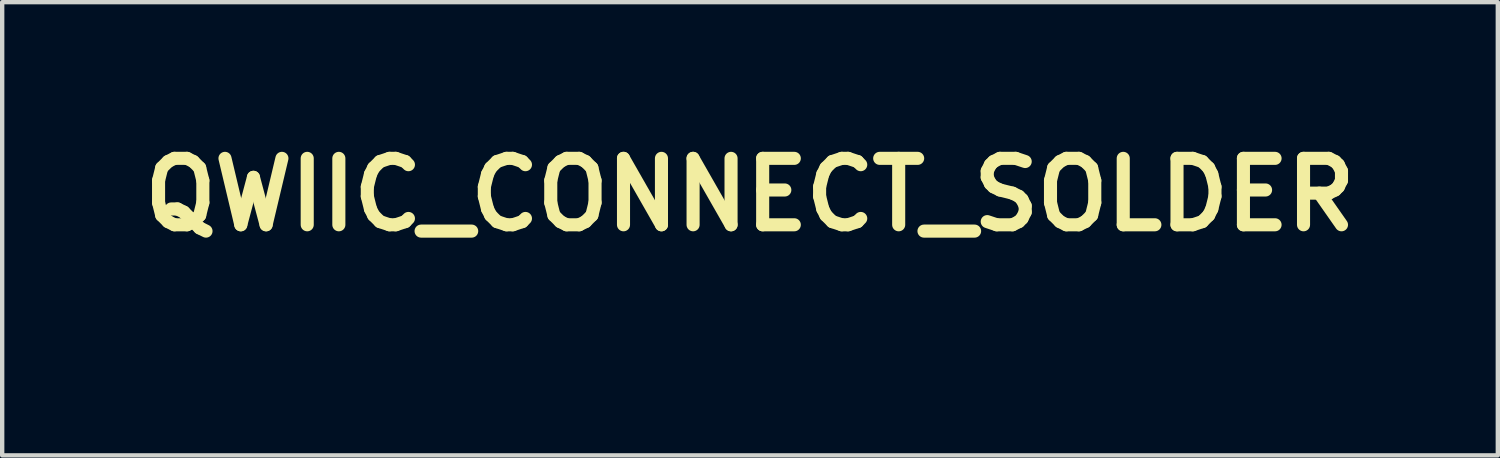
<source format=kicad_pcb>
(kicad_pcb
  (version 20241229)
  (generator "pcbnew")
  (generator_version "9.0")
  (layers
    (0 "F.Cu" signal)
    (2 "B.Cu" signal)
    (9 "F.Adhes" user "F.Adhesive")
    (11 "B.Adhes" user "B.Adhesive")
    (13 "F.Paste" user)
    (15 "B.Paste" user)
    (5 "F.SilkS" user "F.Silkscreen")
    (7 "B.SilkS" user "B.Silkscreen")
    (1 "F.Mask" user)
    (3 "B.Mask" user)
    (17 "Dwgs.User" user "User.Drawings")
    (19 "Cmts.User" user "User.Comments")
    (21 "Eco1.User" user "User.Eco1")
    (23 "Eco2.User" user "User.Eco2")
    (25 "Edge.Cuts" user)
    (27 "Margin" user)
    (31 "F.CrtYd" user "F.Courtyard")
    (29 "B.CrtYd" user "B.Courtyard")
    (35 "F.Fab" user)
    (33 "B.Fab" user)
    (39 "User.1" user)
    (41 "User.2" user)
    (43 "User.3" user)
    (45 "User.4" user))
  (footprint "QWIIC_CONNECT_SOLDER"
    (layer "F.Cu")
    (at 14.059 3.418)
    (property "Reference" "QWIIC_CONNECT_SOLDER" (at 0.1 -2 0) (layer "F.SilkS") (effects (font (size 1.524 1.524) (thickness 0.3))))
    (attr board_only exclude_from_pos_files exclude_from_bom)
    (fp_poly (pts (xy -1.863 -0.196) (xy -1.823 -0.186) (xy -1.788 -0.167) (xy -1.762 -0.147) (xy -1.73 -0.111) (xy -1.707 -0.065) (xy -1.69 -0.012) (xy -1.683 0.044) (xy -1.683 0.102) (xy -1.694 0.159) (xy -1.702 0.187) (xy -1.722 0.224) (xy -1.749 0.26) (xy -1.782 0.29) (xy -1.817 0.312) (xy -1.83 0.317) (xy -1.867 0.325) (xy -1.91 0.328) (xy -1.953 0.326) (xy -1.991 0.318) (xy -1.995 0.317) (xy -2.027 0.3) (xy -2.059 0.274) (xy -2.089 0.241) (xy -2.112 0.206) (xy -2.12 0.187) (xy -2.136 0.13) (xy -2.141 0.069) (xy -2.137 0.008) (xy -2.123 -0.048) (xy -2.11 -0.078) (xy -2.082 -0.123) (xy -2.047 -0.158) (xy -2.011 -0.18) (xy -1.988 -0.19) (xy -1.967 -0.196) (xy -1.943 -0.199) (xy -1.911 -0.199)) (stroke (width 0) (type solid)) (fill yes) (layer "F.Mask"))
    (fp_poly (pts (xy 2.832 0.715) (xy 2.851 0.717) (xy 2.863 0.722) (xy 2.873 0.73) (xy 2.874 0.731) (xy 2.889 0.754) (xy 2.89 0.78) (xy 2.878 0.806) (xy 2.877 0.808) (xy 2.862 0.826) (xy 2.877 0.85) (xy 2.888 0.868) (xy 2.89 0.878) (xy 2.885 0.882) (xy 2.875 0.882) (xy 2.858 0.877) (xy 2.843 0.859) (xy 2.842 0.858) (xy 2.829 0.841) (xy 2.815 0.834) (xy 2.807 0.833) (xy 2.793 0.835) (xy 2.788 0.842) (xy 2.786 0.858) (xy 2.785 0.874) (xy 2.779 0.881) (xy 2.769 0.882) (xy 2.751 0.882) (xy 2.751 0.769) (xy 2.786 0.769) (xy 2.788 0.787) (xy 2.79 0.799) (xy 2.791 0.8) (xy 2.804 0.805) (xy 2.825 0.802) (xy 2.838 0.798) (xy 2.853 0.787) (xy 2.856 0.775) (xy 2.852 0.756) (xy 2.837 0.745) (xy 2.813 0.742) (xy 2.796 0.743) (xy 2.788 0.748) (xy 2.786 0.762) (xy 2.786 0.769) (xy 2.751 0.769) (xy 2.751 0.714) (xy 2.804 0.714)) (stroke (width 0) (type solid)) (fill yes) (layer "F.Mask"))
    (fp_poly (pts (xy 2.841 0.627) (xy 2.87 0.634) (xy 2.914 0.654) (xy 2.948 0.684) (xy 2.973 0.722) (xy 2.987 0.768) (xy 2.989 0.8) (xy 2.983 0.851) (xy 2.965 0.894) (xy 2.937 0.931) (xy 2.899 0.957) (xy 2.868 0.97) (xy 2.836 0.978) (xy 2.81 0.979) (xy 2.783 0.974) (xy 2.76 0.967) (xy 2.718 0.946) (xy 2.685 0.917) (xy 2.662 0.882) (xy 2.649 0.842) (xy 2.645 0.807) (xy 2.681 0.807) (xy 2.687 0.846) (xy 2.702 0.881) (xy 2.721 0.904) (xy 2.756 0.926) (xy 2.797 0.937) (xy 2.84 0.937) (xy 2.881 0.924) (xy 2.885 0.922) (xy 2.918 0.897) (xy 2.941 0.866) (xy 2.953 0.83) (xy 2.956 0.792) (xy 2.949 0.754) (xy 2.931 0.72) (xy 2.904 0.691) (xy 2.883 0.678) (xy 2.844 0.666) (xy 2.803 0.665) (xy 2.763 0.676) (xy 2.728 0.697) (xy 2.701 0.727) (xy 2.699 0.732) (xy 2.685 0.767) (xy 2.681 0.807) (xy 2.645 0.807) (xy 2.644 0.801) (xy 2.649 0.76) (xy 2.663 0.72) (xy 2.686 0.685) (xy 2.718 0.657) (xy 2.759 0.636) (xy 2.766 0.634) (xy 2.796 0.626) (xy 2.818 0.624)) (stroke (width 0) (type solid)) (fill yes) (layer "F.Mask"))
    (fp_poly (pts (xy 0.065 -0.883) (xy 0.214 -0.883) (xy 0.363 -0.883) (xy 0.509 -0.883) (xy 0.654 -0.883) (xy 0.795 -0.883) (xy 0.932 -0.882) (xy 1.065 -0.882) (xy 1.193 -0.881) (xy 1.314 -0.881) (xy 1.43 -0.88) (xy 1.537 -0.88) (xy 1.637 -0.879) (xy 1.729 -0.878) (xy 1.811 -0.878) (xy 1.883 -0.877) (xy 1.944 -0.876) (xy 1.995 -0.875) (xy 2.033 -0.874) (xy 2.058 -0.873) (xy 2.069 -0.872) (xy 2.178 -0.847) (xy 2.283 -0.81) (xy 2.382 -0.762) (xy 2.474 -0.703) (xy 2.558 -0.634) (xy 2.633 -0.556) (xy 2.699 -0.47) (xy 2.755 -0.376) (xy 2.799 -0.276) (xy 2.825 -0.192) (xy 2.847 -0.08) (xy 2.856 0.032) (xy 2.852 0.141) (xy 2.835 0.248) (xy 2.807 0.352) (xy 2.767 0.45) (xy 2.716 0.544) (xy 2.655 0.631) (xy 2.583 0.71) (xy 2.502 0.782) (xy 2.412 0.844) (xy 2.314 0.897) (xy 2.217 0.935) (xy 2.203 0.94) (xy 2.19 0.944) (xy 2.178 0.948) (xy 2.167 0.952) (xy 2.155 0.955) (xy 2.142 0.959) (xy 2.128 0.962) (xy 2.112 0.964) (xy 2.094 0.967) (xy 2.073 0.969) (xy 2.048 0.971) (xy 2.019 0.972) (xy 1.985 0.974) (xy 1.947 0.975) (xy 1.902 0.976) (xy 1.851 0.977) (xy 1.794 0.978) (xy 1.729 0.978) (xy 1.656 0.979) (xy 1.575 0.979) (xy 1.484 0.98) (xy 1.384 0.98) (xy 1.274 0.98) (xy 1.153 0.98) (xy 1.022 0.98) (xy 0.878 0.98) (xy 0.722 0.98) (xy 0.553 0.98) (xy 0.371 0.98) (xy -1.323 0.98) (xy -1.324 0.602) (xy 1.092 0.602) (xy 1.267 0.6) (xy 1.442 0.599) (xy 1.442 0.043) (xy 1.507 0.043) (xy 1.511 0.129) (xy 1.512 0.135) (xy 1.526 0.218) (xy 1.549 0.292) (xy 1.582 0.358) (xy 1.625 0.418) (xy 1.662 0.459) (xy 1.722 0.51) (xy 1.787 0.55) (xy 1.858 0.58) (xy 1.936 0.599) (xy 2.023 0.608) (xy 2.057 0.608) (xy 2.135 0.609) (xy 2.135 0.319) (xy 2.078 0.318) (xy 2.044 0.317) (xy 2.019 0.314) (xy 1.999 0.307) (xy 1.99 0.303) (xy 1.948 0.272) (xy 1.913 0.232) (xy 1.888 0.184) (xy 1.872 0.128) (xy 1.866 0.067) (xy 1.869 0.013) (xy 1.883 -0.048) (xy 1.905 -0.098) (xy 1.937 -0.138) (xy 1.978 -0.168) (xy 1.99 -0.175) (xy 2.017 -0.187) (xy 2.04 -0.193) (xy 2.067 -0.196) (xy 2.084 -0.196) (xy 2.135 -0.196) (xy 2.135 -0.492) (xy 2.039 -0.488) (xy 1.955 -0.481) (xy 1.88 -0.466) (xy 1.812 -0.442) (xy 1.749 -0.408) (xy 1.705 -0.378) (xy 1.65 -0.327) (xy 1.602 -0.266) (xy 1.563 -0.197) (xy 1.534 -0.121) (xy 1.515 -0.041) (xy 1.507 0.043) (xy 1.442 0.043) (xy 1.442 -0.48) (xy 1.096 -0.48) (xy 1.094 0.061) (xy 1.092 0.602) (xy -1.324 0.602) (xy -1.325 0.25) (xy -1.327 -0.477) (xy -1.267 -0.477) (xy -1.265 -0.469) (xy -1.258 -0.45) (xy -1.248 -0.42) (xy -1.233 -0.38) (xy -1.216 -0.333) (xy -1.196 -0.277) (xy -1.174 -0.216) (xy -1.151 -0.151) (xy -1.126 -0.081) (xy -1.1 -0.01) (xy -1.073 0.063) (xy -1.047 0.136) (xy -1.021 0.207) (xy -0.996 0.276) (xy -0.972 0.342) (xy -0.95 0.402) (xy -0.93 0.457) (xy -0.912 0.504) (xy -0.898 0.543) (xy -0.887 0.572) (xy -0.88 0.591) (xy -0.878 0.597) (xy -0.87 0.598) (xy -0.85 0.6) (xy -0.82 0.601) (xy -0.783 0.602) (xy -0.738 0.602) (xy -0.703 0.602) (xy -0.65 0.602) (xy -0.609 0.602) (xy -0.578 0.601) (xy -0.556 0.6) (xy -0.542 0.598) (xy -0.533 0.596) (xy -0.528 0.593) (xy -0.526 0.59) (xy -0.523 0.581) (xy -0.516 0.56) (xy -0.506 0.528) (xy -0.493 0.487) (xy -0.477 0.439) (xy -0.46 0.383) (xy -0.441 0.323) (xy -0.423 0.266) (xy -0.404 0.203) (xy -0.385 0.143) (xy -0.368 0.09) (xy -0.353 0.043) (xy -0.341 0.004) (xy -0.331 -0.026) (xy -0.325 -0.044) (xy -0.322 -0.051) (xy -0.32 -0.045) (xy -0.313 -0.028) (xy -0.303 0.001) (xy -0.291 0.039) (xy -0.276 0.085) (xy -0.259 0.138) (xy -0.24 0.197) (xy -0.221 0.261) (xy -0.221 0.261) (xy -0.201 0.325) (xy -0.182 0.385) (xy -0.165 0.441) (xy -0.15 0.489) (xy -0.137 0.53) (xy -0.127 0.561) (xy -0.121 0.581) (xy -0.118 0.59) (xy -0.115 0.594) (xy -0.109 0.597) (xy -0.099 0.599) (xy -0.083 0.6) (xy -0.059 0.601) (xy -0.026 0.602) (xy 0.018 0.602) (xy 0.06 0.602) (xy 0.231 0.602) (xy 0.239 0.586) (xy 0.244 0.574) (xy 0.253 0.55) (xy 0.265 0.516) (xy 0.281 0.473) (xy 0.3 0.422) (xy 0.321 0.365) (xy 0.344 0.302) (xy 0.347 0.295) (xy 0.666 0.295) (xy 0.666 0.365) (xy 0.667 0.428) (xy 0.667 0.482) (xy 0.667 0.527) (xy 0.667 0.561) (xy 0.668 0.583) (xy 0.668 0.593) (xy 0.668 0.593) (xy 0.673 0.596) (xy 0.683 0.598) (xy 0.702 0.6) (xy 0.73 0.601) (xy 0.77 0.601) (xy 0.821 0.601) (xy 0.845 0.6) (xy 1.019 0.599) (xy 1.019 -0.48) (xy 0.669 -0.48) (xy 0.667 0.053) (xy 0.667 0.138) (xy 0.666 0.219) (xy 0.666 0.295) (xy 0.347 0.295) (xy 0.369 0.235) (xy 0.395 0.165) (xy 0.421 0.093) (xy 0.447 0.021) (xy 0.473 -0.052) (xy 0.499 -0.122) (xy 0.523 -0.189) (xy 0.546 -0.252) (xy 0.566 -0.31) (xy 0.585 -0.361) (xy 0.6 -0.404) (xy 0.612 -0.439) (xy 0.621 -0.463) (xy 0.625 -0.476) (xy 0.625 -0.478) (xy 0.618 -0.479) (xy 0.598 -0.481) (xy 0.568 -0.482) (xy 0.531 -0.483) (xy 0.487 -0.483) (xy 0.455 -0.483) (xy 0.402 -0.483) (xy 0.361 -0.483) (xy 0.332 -0.482) (xy 0.311 -0.481) (xy 0.297 -0.48) (xy 0.288 -0.477) (xy 0.284 -0.474) (xy 0.281 -0.47) (xy 0.28 -0.467) (xy 0.277 -0.458) (xy 0.27 -0.436) (xy 0.26 -0.403) (xy 0.247 -0.362) (xy 0.232 -0.312) (xy 0.215 -0.255) (xy 0.197 -0.193) (xy 0.178 -0.127) (xy 0.174 -0.116) (xy 0.155 -0.049) (xy 0.136 0.013) (xy 0.119 0.07) (xy 0.104 0.12) (xy 0.092 0.163) (xy 0.081 0.196) (xy 0.074 0.218) (xy 0.071 0.229) (xy 0.07 0.23) (xy 0.067 0.226) (xy 0.061 0.21) (xy 0.051 0.183) (xy 0.04 0.147) (xy 0.026 0.104) (xy 0.011 0.054) (xy 0.011 0.051) (xy -0.007 -0.01) (xy -0.027 -0.079) (xy -0.048 -0.15) (xy -0.068 -0.219) (xy -0.087 -0.282) (xy -0.094 -0.308) (xy -0.144 -0.48) (xy -0.482 -0.483) (xy -0.496 -0.439) (xy -0.5 -0.424) (xy -0.509 -0.396) (xy -0.52 -0.358) (xy -0.533 -0.311) (xy -0.549 -0.258) (xy -0.566 -0.198) (xy -0.584 -0.135) (xy -0.599 -0.084) (xy -0.617 -0.02) (xy -0.634 0.039) (xy -0.65 0.093) (xy -0.664 0.14) (xy -0.676 0.179) (xy -0.685 0.208) (xy -0.69 0.227) (xy -0.693 0.233) (xy -0.695 0.227) (xy -0.702 0.209) (xy -0.711 0.181) (xy -0.723 0.142) (xy -0.738 0.095) (xy -0.754 0.041) (xy -0.773 -0.02) (xy -0.792 -0.085) (xy -0.8 -0.114) (xy -0.82 -0.182) (xy -0.839 -0.245) (xy -0.856 -0.304) (xy -0.872 -0.356) (xy -0.885 -0.4) (xy -0.895 -0.435) (xy -0.902 -0.46) (xy -0.906 -0.473) (xy -0.907 -0.474) (xy -0.914 -0.477) (xy -0.933 -0.479) (xy -0.962 -0.481) (xy -0.997 -0.482) (xy -1.037 -0.483) (xy -1.08 -0.483) (xy -1.124 -0.484) (xy -1.165 -0.483) (xy -1.202 -0.483) (xy -1.233 -0.481) (xy -1.255 -0.48) (xy -1.266 -0.477) (xy -1.267 -0.477) (xy -1.327 -0.477) (xy -1.327 -0.48) (xy -1.677 -0.48) (xy -1.679 -0.411) (xy -1.681 -0.343) (xy -1.72 -0.382) (xy -1.758 -0.413) (xy -1.805 -0.442) (xy -1.855 -0.465) (xy -1.903 -0.481) (xy -1.91 -0.482) (xy -1.935 -0.486) (xy -1.967 -0.489) (xy -2.002 -0.49) (xy -2.01 -0.49) (xy -2.094 -0.484) (xy -2.171 -0.465) (xy -2.242 -0.435) (xy -2.306 -0.394) (xy -2.361 -0.343) (xy -2.408 -0.283) (xy -2.446 -0.213) (xy -2.474 -0.135) (xy -2.492 -0.049) (xy -2.499 0.043) (xy -2.499 0.056) (xy -2.494 0.15) (xy -2.477 0.237) (xy -2.451 0.317) (xy -2.414 0.389) (xy -2.368 0.452) (xy -2.313 0.505) (xy -2.251 0.548) (xy -2.18 0.581) (xy -2.102 0.602) (xy -2.058 0.608) (xy -1.977 0.611) (xy -1.903 0.602) (xy -1.835 0.581) (xy -1.774 0.547) (xy -1.723 0.507) (xy -1.68 0.468) (xy -1.68 0.98) (xy -1.878 0.98) (xy -1.951 0.979) (xy -2.013 0.978) (xy -2.063 0.976) (xy -2.102 0.973) (xy -2.125 0.97) (xy -2.237 0.943) (xy -2.343 0.903) (xy -2.443 0.852) (xy -2.535 0.79) (xy -2.619 0.717) (xy -2.694 0.635) (xy -2.759 0.543) (xy -2.802 0.465) (xy -2.835 0.393) (xy -2.86 0.326) (xy -2.878 0.258) (xy -2.889 0.186) (xy -2.895 0.106) (xy -2.896 0.08) (xy -2.898 0.033) (xy -2.898 -0.005) (xy -2.897 -0.036) (xy -2.894 -0.064) (xy -2.889 -0.093) (xy -2.885 -0.117) (xy -2.857 -0.23) (xy -2.816 -0.336) (xy -2.765 -0.434) (xy -2.703 -0.525) (xy -2.63 -0.607) (xy -2.549 -0.68) (xy -2.459 -0.743) (xy -2.361 -0.795) (xy -2.256 -0.836) (xy -2.145 -0.866) (xy -2.111 -0.872) (xy -2.097 -0.873) (xy -2.07 -0.874) (xy -2.03 -0.875) (xy -1.978 -0.876) (xy -1.915 -0.877) (xy -1.842 -0.878) (xy -1.758 -0.878) (xy -1.666 -0.879) (xy -1.564 -0.88) (xy -1.455 -0.88) (xy -1.339 -0.881) (xy -1.217 -0.881) (xy -1.088 -0.882) (xy -0.955 -0.882) (xy -0.817 -0.883) (xy -0.675 -0.883) (xy -0.531 -0.883) (xy -0.384 -0.883) (xy -0.235 -0.883) (xy -0.085 -0.883)) (stroke (width 0) (type solid)) (fill yes) (layer "F.Mask")))
  (gr_rect
    (start -3 -3)
    (end 31.317 7.398)
    (stroke (width 0.1) (type default))
    (fill no)
    (layer "Edge.Cuts")))
</source>
